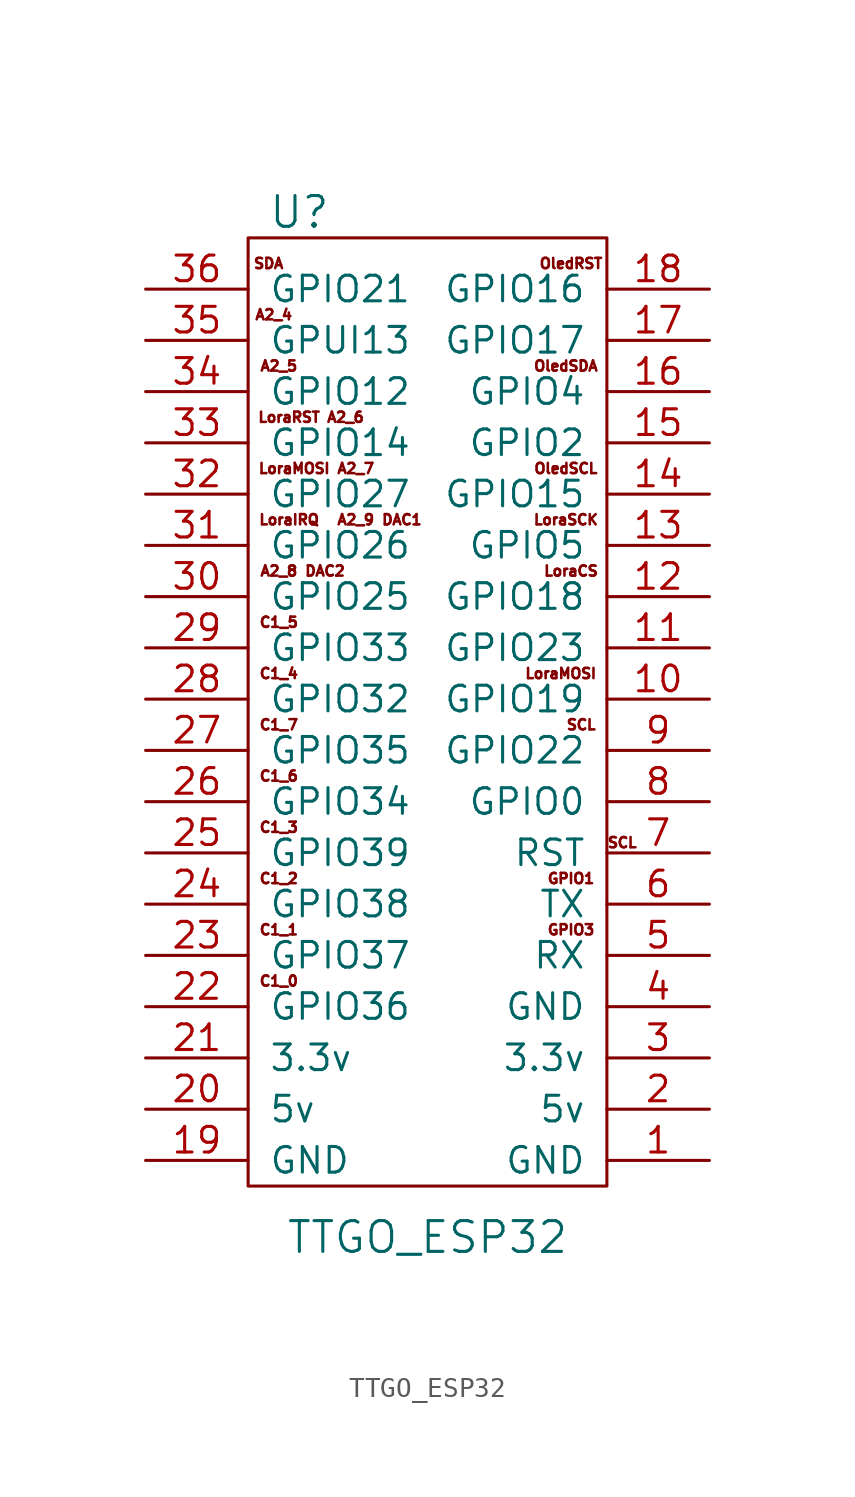
<source format=kicad_sym>
(kicad_symbol_lib
  (version 20220914)
  (generator kicad_symbol_editor)
  (symbol "TTGO_ESP32"
    (pin_names
      (offset 1.016))
    (property "Reference" "U"
      (at 2.54 48.26 0)
      (effects (font (size 1.524 1.524))))
    (property "Value" "TTGO_ESP32"
      (at 8.89 -2.54 0)
      (effects (font (size 1.524 1.524))))
    (symbol "TTGO_ESP32_0_0"
      (text "A2_4" (at 1.27 43.18 0) (effects (font (size 0.508 0.508))))
      (text "A2_5" (at 1.524 40.64 0) (effects (font (size 0.508 0.508))))
      (text "A2_6" (at 4.826 38.1 0) (effects (font (size 0.508 0.508))))
      (text "A2_7" (at 5.334 35.56 0) (effects (font (size 0.508 0.508))))
      (text "A2_8" (at 1.524 30.48 0) (effects (font (size 0.508 0.508))))
      (text "A2_9" (at 5.334 33.02 0) (effects (font (size 0.508 0.508))))
      (text "C1_0" (at 1.524 10.16 0) (effects (font (size 0.508 0.508))))
      (text "C1_1" (at 1.524 12.7 0) (effects (font (size 0.508 0.508))))
      (text "C1_2" (at 1.524 15.24 0) (effects (font (size 0.508 0.508))))
      (text "C1_3" (at 1.524 17.78 0) (effects (font (size 0.508 0.508))))
      (text "C1_4" (at 1.524 25.4 0) (effects (font (size 0.508 0.508))))
      (text "C1_5" (at 1.524 27.94 0) (effects (font (size 0.508 0.508))))
      (text "C1_6" (at 1.524 20.32 0) (effects (font (size 0.508 0.508))))
      (text "C1_7" (at 1.524 22.86 0) (effects (font (size 0.508 0.508))))
      (text "DAC1" (at 7.62 33.02 0) (effects (font (size 0.508 0.508))))
      (text "DAC2" (at 3.81 30.48 0) (effects (font (size 0.508 0.508))))
      (text "GPIO1" (at 16.002 15.24 0) (effects (font (size 0.508 0.508))))
      (text "GPIO3" (at 16.002 12.7 0) (effects (font (size 0.508 0.508))))
      (text "LoraCS" (at 16.002 30.48 0) (effects (font (size 0.508 0.508))))
      (text "LoraIRQ" (at 2.032 33.02 0) (effects (font (size 0.508 0.508))))
      (text "LoraMOSI" (at 2.286 35.56 0) (effects (font (size 0.508 0.508))))
      (text "LoraMOSI" (at 15.494 25.4 0) (effects (font (size 0.508 0.508))))
      (text "LoraRST" (at 2.032 38.1 0) (effects (font (size 0.508 0.508))))
      (text "LoraSCK" (at 15.748 33.02 0) (effects (font (size 0.508 0.508))))
      (text "OledRST" (at 16.002 45.72 0) (effects (font (size 0.508 0.508))))
      (text "OledSCL" (at 15.748 35.56 0) (effects (font (size 0.508 0.508))))
      (text "OledSDA" (at 15.748 40.64 0) (effects (font (size 0.508 0.508))))
      (text "SCL" (at 16.51 22.86 0) (effects (font (size 0.508 0.508))))
      (text "SCL" (at 18.542 17.018 0) (effects (font (size 0.508 0.508))))
      (text "SDA" (at 1.016 45.72 0) (effects (font (size 0.508 0.508)))))
    (symbol "TTGO_ESP32_0_1"
      (rectangle (start 0 46.99) (end 17.78 0) (stroke (width 0) (type solid)) (fill (type none))))
    (symbol "TTGO_ESP32_1_1"
      (pin unspecified line (at 22.86 1.27 180) (length 5.08) (name "GND" (effects (font (size 1.27 1.27)))) (number "1" (effects (font (size 1.27 1.27)))))
      (pin unspecified line (at 22.86 24.13 180) (length 5.08) (name "GPIO19" (effects (font (size 1.27 1.27)))) (number "10" (effects (font (size 1.27 1.27)))))
      (pin unspecified line (at 22.86 26.67 180) (length 5.08) (name "GPIO23" (effects (font (size 1.27 1.27)))) (number "11" (effects (font (size 1.27 1.27)))))
      (pin unspecified line (at 22.86 29.21 180) (length 5.08) (name "GPIO18" (effects (font (size 1.27 1.27)))) (number "12" (effects (font (size 1.27 1.27)))))
      (pin unspecified line (at 22.86 31.75 180) (length 5.08) (name "GPIO5" (effects (font (size 1.27 1.27)))) (number "13" (effects (font (size 1.27 1.27)))))
      (pin unspecified line (at 22.86 34.29 180) (length 5.08) (name "GPIO15" (effects (font (size 1.27 1.27)))) (number "14" (effects (font (size 1.27 1.27)))))
      (pin unspecified line (at 22.86 36.83 180) (length 5.08) (name "GPIO2" (effects (font (size 1.27 1.27)))) (number "15" (effects (font (size 1.27 1.27)))))
      (pin unspecified line (at 22.86 39.37 180) (length 5.08) (name "GPIO4" (effects (font (size 1.27 1.27)))) (number "16" (effects (font (size 1.27 1.27)))))
      (pin unspecified line (at 22.86 41.91 180) (length 5.08) (name "GPIO17" (effects (font (size 1.27 1.27)))) (number "17" (effects (font (size 1.27 1.27)))))
      (pin unspecified line (at 22.86 44.45 180) (length 5.08) (name "GPIO16" (effects (font (size 1.27 1.27)))) (number "18" (effects (font (size 1.27 1.27)))))
      (pin unspecified line (at -5.08 1.27 0) (length 5.08) (name "GND" (effects (font (size 1.27 1.27)))) (number "19" (effects (font (size 1.27 1.27)))))
      (pin unspecified line (at 22.86 3.81 180) (length 5.08) (name "5v" (effects (font (size 1.27 1.27)))) (number "2" (effects (font (size 1.27 1.27)))))
      (pin unspecified line (at -5.08 3.81 0) (length 5.08) (name "5v" (effects (font (size 1.27 1.27)))) (number "20" (effects (font (size 1.27 1.27)))))
      (pin unspecified line (at -5.08 6.35 0) (length 5.08) (name "3.3v" (effects (font (size 1.27 1.27)))) (number "21" (effects (font (size 1.27 1.27)))))
      (pin unspecified line (at -5.08 8.89 0) (length 5.08) (name "GPIO36" (effects (font (size 1.27 1.27)))) (number "22" (effects (font (size 1.27 1.27)))))
      (pin unspecified line (at -5.08 11.43 0) (length 5.08) (name "GPIO37" (effects (font (size 1.27 1.27)))) (number "23" (effects (font (size 1.27 1.27)))))
      (pin unspecified line (at -5.08 13.97 0) (length 5.08) (name "GPIO38" (effects (font (size 1.27 1.27)))) (number "24" (effects (font (size 1.27 1.27)))))
      (pin unspecified line (at -5.08 16.51 0) (length 5.08) (name "GPIO39" (effects (font (size 1.27 1.27)))) (number "25" (effects (font (size 1.27 1.27)))))
      (pin unspecified line (at -5.08 19.05 0) (length 5.08) (name "GPIO34" (effects (font (size 1.27 1.27)))) (number "26" (effects (font (size 1.27 1.27)))))
      (pin unspecified line (at -5.08 21.59 0) (length 5.08) (name "GPIO35" (effects (font (size 1.27 1.27)))) (number "27" (effects (font (size 1.27 1.27)))))
      (pin unspecified line (at -5.08 24.13 0) (length 5.08) (name "GPIO32" (effects (font (size 1.27 1.27)))) (number "28" (effects (font (size 1.27 1.27)))))
      (pin unspecified line (at -5.08 26.67 0) (length 5.08) (name "GPIO33" (effects (font (size 1.27 1.27)))) (number "29" (effects (font (size 1.27 1.27)))))
      (pin unspecified line (at 22.86 6.35 180) (length 5.08) (name "3.3v" (effects (font (size 1.27 1.27)))) (number "3" (effects (font (size 1.27 1.27)))))
      (pin unspecified line (at -5.08 29.21 0) (length 5.08) (name "GPIO25" (effects (font (size 1.27 1.27)))) (number "30" (effects (font (size 1.27 1.27)))))
      (pin unspecified line (at -5.08 31.75 0) (length 5.08) (name "GPIO26" (effects (font (size 1.27 1.27)))) (number "31" (effects (font (size 1.27 1.27)))))
      (pin unspecified line (at -5.08 34.29 0) (length 5.08) (name "GPIO27" (effects (font (size 1.27 1.27)))) (number "32" (effects (font (size 1.27 1.27)))))
      (pin unspecified line (at -5.08 36.83 0) (length 5.08) (name "GPIO14" (effects (font (size 1.27 1.27)))) (number "33" (effects (font (size 1.27 1.27)))))
      (pin unspecified line (at -5.08 39.37 0) (length 5.08) (name "GPIO12" (effects (font (size 1.27 1.27)))) (number "34" (effects (font (size 1.27 1.27)))))
      (pin unspecified line (at -5.08 41.91 0) (length 5.08) (name "GPUI13" (effects (font (size 1.27 1.27)))) (number "35" (effects (font (size 1.27 1.27)))))
      (pin unspecified line (at -5.08 44.45 0) (length 5.08) (name "GPIO21" (effects (font (size 1.27 1.27)))) (number "36" (effects (font (size 1.27 1.27)))))
      (pin unspecified line (at 22.86 8.89 180) (length 5.08) (name "GND" (effects (font (size 1.27 1.27)))) (number "4" (effects (font (size 1.27 1.27)))))
      (pin unspecified line (at 22.86 11.43 180) (length 5.08) (name "RX" (effects (font (size 1.27 1.27)))) (number "5" (effects (font (size 1.27 1.27)))))
      (pin unspecified line (at 22.86 13.97 180) (length 5.08) (name "TX" (effects (font (size 1.27 1.27)))) (number "6" (effects (font (size 1.27 1.27)))))
      (pin unspecified line (at 22.86 16.51 180) (length 5.08) (name "RST" (effects (font (size 1.27 1.27)))) (number "7" (effects (font (size 1.27 1.27)))))
      (pin unspecified line (at 22.86 19.05 180) (length 5.08) (name "GPIO0" (effects (font (size 1.27 1.27)))) (number "8" (effects (font (size 1.27 1.27)))))
      (pin unspecified line (at 22.86 21.59 180) (length 5.08) (name "GPIO22" (effects (font (size 1.27 1.27)))) (number "9" (effects (font (size 1.27 1.27))))))))
</source>
